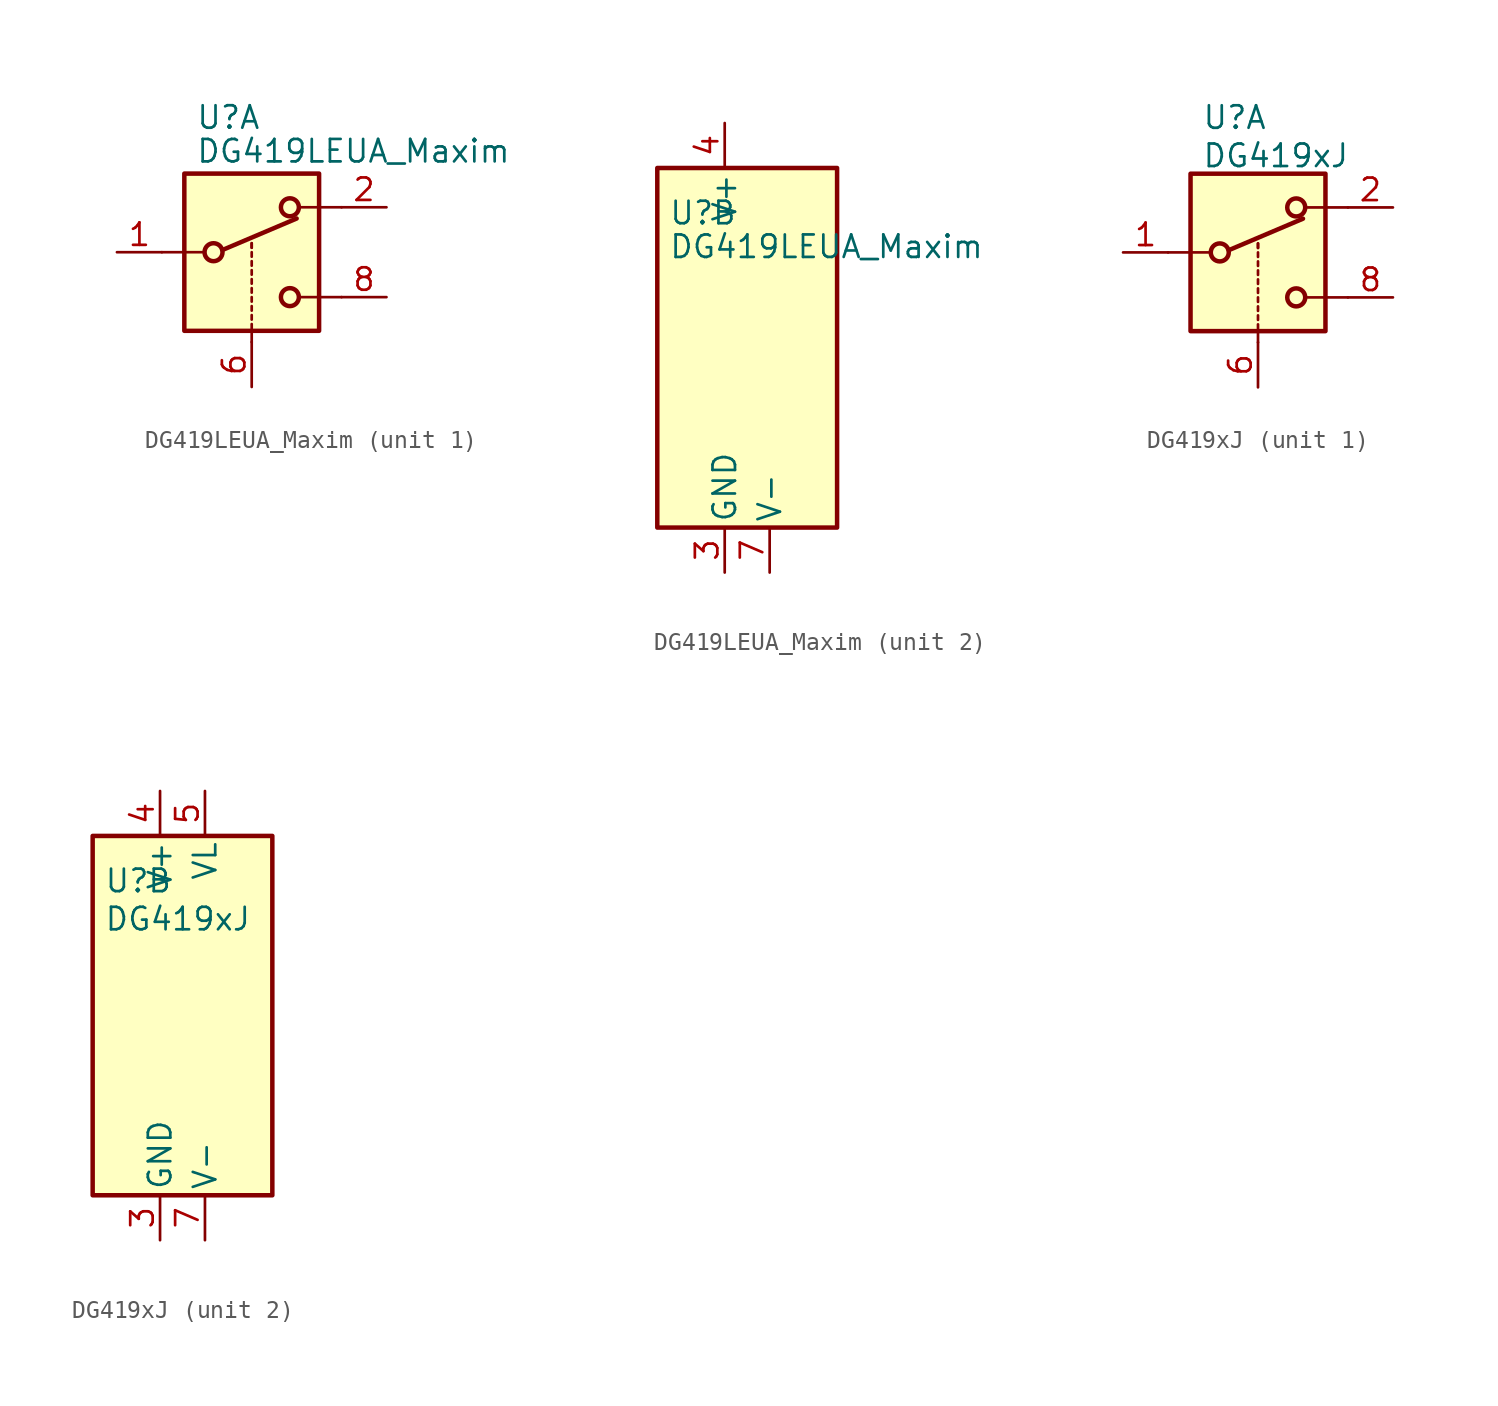
<source format=kicad_sym>
(kicad_symbol_lib
  (version 20241209)
  (generator "kicad_symbol_editor")
  (generator_version "9.0")
  (symbol "DG419LEUA_Maxim"
    (pin_names
      (offset 0.254))
    (property "Reference" "U"
      (at -3.175 7.62 0)
      (effects (font (size 1.27 1.27)) (justify left)))
    (property "Value" "DG419LEUA_Maxim"
      (at -3.175 5.715 0)
      (effects (font (size 1.27 1.27)) (justify left)))
    (symbol "DG419LEUA_Maxim_1_1"
      (polyline (pts (xy -5.08 0) (xy -2.794 0)) (stroke (width 0) (type default)) (fill (type none)))
      (rectangle (start -3.81 4.445) (end 3.81 -4.445) (stroke (width 0.254) (type default)) (fill (type background)))
      (circle (center -2.159 0) (radius 0.508) (stroke (width 0.254) (type default)) (fill (type none)))
      (polyline (pts (xy -1.651 0.127) (xy 2.54 1.905)) (stroke (width 0.254) (type default)) (fill (type none)))
      (polyline (pts (xy 0 0.254) (xy 0 0.508)) (stroke (width 0) (type default)) (fill (type none)))
      (polyline (pts (xy 0 0.254) (xy 0 0.508)) (stroke (width 0) (type default)) (fill (type none)))
      (polyline (pts (xy 0 -0.254) (xy 0 0)) (stroke (width 0) (type default)) (fill (type none)))
      (polyline (pts (xy 0 -0.762) (xy 0 -0.508)) (stroke (width 0) (type default)) (fill (type none)))
      (polyline (pts (xy 0 -1.27) (xy 0 -1.016)) (stroke (width 0) (type default)) (fill (type none)))
      (polyline (pts (xy 0 -1.778) (xy 0 -1.524)) (stroke (width 0) (type default)) (fill (type none)))
      (polyline (pts (xy 0 -2.286) (xy 0 -2.032)) (stroke (width 0) (type default)) (fill (type none)))
      (polyline (pts (xy 0 -2.794) (xy 0 -2.54)) (stroke (width 0) (type default)) (fill (type none)))
      (polyline (pts (xy 0 -3.302) (xy 0 -3.048)) (stroke (width 0) (type default)) (fill (type none)))
      (polyline (pts (xy 0 -3.81) (xy 0 -3.556)) (stroke (width 0) (type default)) (fill (type none)))
      (polyline (pts (xy 0 -4.318) (xy 0 -4.064)) (stroke (width 0) (type default)) (fill (type none)))
      (polyline (pts (xy 0 -5.08) (xy 0 -4.572)) (stroke (width 0) (type default)) (fill (type none)))
      (circle (center 2.159 2.54) (radius 0.508) (stroke (width 0.254) (type default)) (fill (type none)))
      (circle (center 2.159 -2.54) (radius 0.508) (stroke (width 0.254) (type default)) (fill (type none)))
      (polyline (pts (xy 5.08 2.54) (xy 2.794 2.54)) (stroke (width 0) (type default)) (fill (type none)))
      (polyline (pts (xy 5.08 -2.54) (xy 2.794 -2.54)) (stroke (width 0) (type default)) (fill (type none)))
      (pin passive line (at -7.62 0 0) (length 2.54) (name "~" (effects (font (size 1.27 1.27)))) (number "1" (effects (font (size 1.27 1.27)))))
      (pin input line (at 0 -7.62 90) (length 2.54) (name "~" (effects (font (size 1.27 1.27)))) (number "6" (effects (font (size 1.27 1.27)))))
      (pin passive line (at 7.62 2.54 180) (length 2.54) (name "~" (effects (font (size 1.27 1.27)))) (number "2" (effects (font (size 1.27 1.27)))))
      (pin passive line (at 7.62 -2.54 180) (length 2.54) (name "~" (effects (font (size 1.27 1.27)))) (number "8" (effects (font (size 1.27 1.27))))))
    (symbol "DG419LEUA_Maxim_2_0"
      (pin power_in line (at 0 12.7 270) (length 2.54) (name "V+" (effects (font (size 1.27 1.27)))) (number "4" (effects (font (size 1.27 1.27)))))
      (pin power_in line (at 0 -12.7 90) (length 2.54) (name "GND" (effects (font (size 1.27 1.27)))) (number "3" (effects (font (size 1.27 1.27)))))
      (pin no_connect line (at 2.54 10.16 270) (length 2.54) (hide yes) (name "NC" (effects (font (size 1.27 1.27)))) (number "5" (effects (font (size 1.27 1.27)))))
      (pin power_in line (at 2.54 -12.7 90) (length 2.54) (name "V-" (effects (font (size 1.27 1.27)))) (number "7" (effects (font (size 1.27 1.27))))))
    (symbol "DG419LEUA_Maxim_2_1"
      (rectangle (start -3.81 10.16) (end 6.35 -10.16) (stroke (width 0.254) (type default)) (fill (type background)))))
  (symbol "DG419xJ"
    (pin_names
      (offset 0.254))
    (property "Reference" "U"
      (at -3.175 7.62 0)
      (effects (font (size 1.27 1.27)) (justify left)))
    (property "Value" "DG419xJ"
      (at -3.175 5.461 0)
      (effects (font (size 1.27 1.27)) (justify left)))
    (symbol "DG419xJ_1_1"
      (polyline (pts (xy -5.08 0) (xy -2.794 0)) (stroke (width 0) (type default)) (fill (type none)))
      (rectangle (start -3.81 4.445) (end 3.81 -4.445) (stroke (width 0.254) (type default)) (fill (type background)))
      (circle (center -2.159 0) (radius 0.508) (stroke (width 0.254) (type default)) (fill (type none)))
      (polyline (pts (xy -1.651 0.127) (xy 2.54 1.905)) (stroke (width 0.254) (type default)) (fill (type none)))
      (polyline (pts (xy 0 0.254) (xy 0 0.508)) (stroke (width 0) (type default)) (fill (type none)))
      (polyline (pts (xy 0 0.254) (xy 0 0.508)) (stroke (width 0) (type default)) (fill (type none)))
      (polyline (pts (xy 0 -0.254) (xy 0 0)) (stroke (width 0) (type default)) (fill (type none)))
      (polyline (pts (xy 0 -0.762) (xy 0 -0.508)) (stroke (width 0) (type default)) (fill (type none)))
      (polyline (pts (xy 0 -1.27) (xy 0 -1.016)) (stroke (width 0) (type default)) (fill (type none)))
      (polyline (pts (xy 0 -1.778) (xy 0 -1.524)) (stroke (width 0) (type default)) (fill (type none)))
      (polyline (pts (xy 0 -2.286) (xy 0 -2.032)) (stroke (width 0) (type default)) (fill (type none)))
      (polyline (pts (xy 0 -2.794) (xy 0 -2.54)) (stroke (width 0) (type default)) (fill (type none)))
      (polyline (pts (xy 0 -3.302) (xy 0 -3.048)) (stroke (width 0) (type default)) (fill (type none)))
      (polyline (pts (xy 0 -3.81) (xy 0 -3.556)) (stroke (width 0) (type default)) (fill (type none)))
      (polyline (pts (xy 0 -4.318) (xy 0 -4.064)) (stroke (width 0) (type default)) (fill (type none)))
      (polyline (pts (xy 0 -5.08) (xy 0 -4.572)) (stroke (width 0) (type default)) (fill (type none)))
      (circle (center 2.159 2.54) (radius 0.508) (stroke (width 0.254) (type default)) (fill (type none)))
      (circle (center 2.159 -2.54) (radius 0.508) (stroke (width 0.254) (type default)) (fill (type none)))
      (polyline (pts (xy 5.08 2.54) (xy 2.794 2.54)) (stroke (width 0) (type default)) (fill (type none)))
      (polyline (pts (xy 5.08 -2.54) (xy 2.794 -2.54)) (stroke (width 0) (type default)) (fill (type none)))
      (pin passive line (at -7.62 0 0) (length 2.54) (name "~" (effects (font (size 1.27 1.27)))) (number "1" (effects (font (size 1.27 1.27)))))
      (pin input line (at 0 -7.62 90) (length 2.54) (name "~" (effects (font (size 1.27 1.27)))) (number "6" (effects (font (size 1.27 1.27)))))
      (pin passive line (at 7.62 2.54 180) (length 2.54) (name "~" (effects (font (size 1.27 1.27)))) (number "2" (effects (font (size 1.27 1.27)))))
      (pin passive line (at 7.62 -2.54 180) (length 2.54) (name "~" (effects (font (size 1.27 1.27)))) (number "8" (effects (font (size 1.27 1.27))))))
    (symbol "DG419xJ_2_0"
      (pin power_in line (at 0 12.7 270) (length 2.54) (name "V+" (effects (font (size 1.27 1.27)))) (number "4" (effects (font (size 1.27 1.27)))))
      (pin power_in line (at 0 -12.7 90) (length 2.54) (name "GND" (effects (font (size 1.27 1.27)))) (number "3" (effects (font (size 1.27 1.27)))))
      (pin power_in line (at 2.54 12.7 270) (length 2.54) (name "VL" (effects (font (size 1.27 1.27)))) (number "5" (effects (font (size 1.27 1.27)))))
      (pin power_in line (at 2.54 -12.7 90) (length 2.54) (name "V-" (effects (font (size 1.27 1.27)))) (number "7" (effects (font (size 1.27 1.27))))))
    (symbol "DG419xJ_2_1"
      (rectangle (start -3.81 10.16) (end 6.35 -10.16) (stroke (width 0.254) (type default)) (fill (type background))))))
</source>
